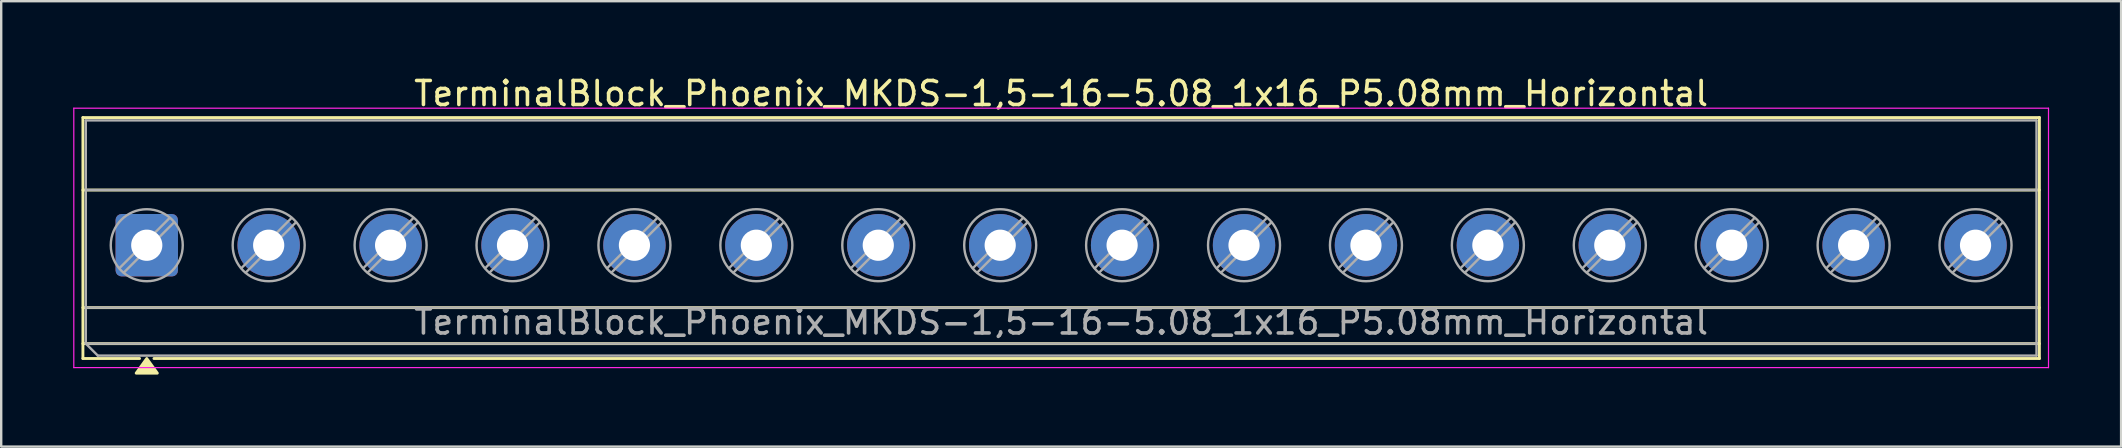
<source format=kicad_pcb>
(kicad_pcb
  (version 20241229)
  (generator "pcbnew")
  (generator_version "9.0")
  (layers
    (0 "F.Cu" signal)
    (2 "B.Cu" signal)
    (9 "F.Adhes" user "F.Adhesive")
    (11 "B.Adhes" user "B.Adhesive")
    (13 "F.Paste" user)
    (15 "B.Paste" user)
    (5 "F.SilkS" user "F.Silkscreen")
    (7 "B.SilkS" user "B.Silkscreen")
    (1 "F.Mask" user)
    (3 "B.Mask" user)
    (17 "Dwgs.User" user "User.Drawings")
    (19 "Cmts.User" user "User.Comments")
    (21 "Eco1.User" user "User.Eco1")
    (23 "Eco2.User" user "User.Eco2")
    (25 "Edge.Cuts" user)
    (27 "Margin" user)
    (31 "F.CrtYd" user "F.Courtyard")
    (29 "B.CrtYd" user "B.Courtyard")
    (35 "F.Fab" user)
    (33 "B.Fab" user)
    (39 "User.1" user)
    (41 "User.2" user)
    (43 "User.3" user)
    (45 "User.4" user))
  (footprint "TerminalBlock_Phoenix_MKDS-1,5-16-5.08_1x16_P5.08mm_Horizontal"
    (layer "F.Cu")
    (at 3.065 7.168)
    (property "Reference" "TerminalBlock_Phoenix_MKDS-1,5-16-5.08_1x16_P5.08mm_Horizontal" (at 38.1 -6.32 0) (layer "F.SilkS") (effects (font (size 1 1) (thickness 0.15))))
    (attr through_hole)
    (fp_line (start -2.66 -5.32) (end 78.86 -5.32) (stroke (width 0.12) (type solid)) (layer "F.SilkS"))
    (fp_line (start -2.66 -2.3) (end 78.86 -2.3) (stroke (width 0.12) (type solid)) (layer "F.SilkS"))
    (fp_line (start -2.66 2.6) (end 78.86 2.6) (stroke (width 0.12) (type solid)) (layer "F.SilkS"))
    (fp_line (start -2.66 4.1) (end 78.86 4.1) (stroke (width 0.12) (type solid)) (layer "F.SilkS"))
    (fp_line (start -2.66 4.72) (end -2.66 -5.32) (stroke (width 0.12) (type solid)) (layer "F.SilkS"))
    (fp_line (start -0.3 4.72) (end -2.66 4.72) (stroke (width 0.12) (type solid)) (layer "F.SilkS"))
    (fp_line (start 78.86 -5.32) (end 78.86 4.72) (stroke (width 0.12) (type solid)) (layer "F.SilkS"))
    (fp_line (start 78.86 4.72) (end 0.3 4.72) (stroke (width 0.12) (type solid)) (layer "F.SilkS"))
    (fp_poly (pts (xy 0 4.72) (xy 0.44 5.33) (xy -0.44 5.33)) (stroke (width 0.12) (type solid)) (fill yes) (layer "F.SilkS"))
    (fp_line (start -3.04 -5.71) (end -3.04 5.1) (stroke (width 0.05) (type solid)) (layer "F.CrtYd"))
    (fp_line (start -3.04 5.1) (end 79.24 5.1) (stroke (width 0.05) (type solid)) (layer "F.CrtYd"))
    (fp_line (start 79.24 -5.71) (end -3.04 -5.71) (stroke (width 0.05) (type solid)) (layer "F.CrtYd"))
    (fp_line (start 79.24 5.1) (end 79.24 -5.71) (stroke (width 0.05) (type solid)) (layer "F.CrtYd"))
    (fp_line (start -2.54 -5.2) (end 78.74 -5.2) (stroke (width 0.1) (type solid)) (layer "F.Fab"))
    (fp_line (start -2.54 -2.3) (end 78.74 -2.3) (stroke (width 0.1) (type solid)) (layer "F.Fab"))
    (fp_line (start -2.54 2.6) (end 78.74 2.6) (stroke (width 0.1) (type solid)) (layer "F.Fab"))
    (fp_line (start -2.54 4.1) (end -2.54 -5.2) (stroke (width 0.1) (type solid)) (layer "F.Fab"))
    (fp_line (start -2.54 4.1) (end 78.74 4.1) (stroke (width 0.1) (type solid)) (layer "F.Fab"))
    (fp_line (start -2.04 4.6) (end -2.54 4.1) (stroke (width 0.1) (type solid)) (layer "F.Fab"))
    (fp_line (start 0.955 -1.138) (end -1.138 0.955) (stroke (width 0.1) (type solid)) (layer "F.Fab"))
    (fp_line (start 1.138 -0.955) (end -0.955 1.138) (stroke (width 0.1) (type solid)) (layer "F.Fab"))
    (fp_line (start 6.035 -1.138) (end 3.942 0.955) (stroke (width 0.1) (type solid)) (layer "F.Fab"))
    (fp_line (start 6.218 -0.955) (end 4.125 1.138) (stroke (width 0.1) (type solid)) (layer "F.Fab"))
    (fp_line (start 11.115 -1.138) (end 9.022 0.955) (stroke (width 0.1) (type solid)) (layer "F.Fab"))
    (fp_line (start 11.298 -0.955) (end 9.205 1.138) (stroke (width 0.1) (type solid)) (layer "F.Fab"))
    (fp_line (start 16.195 -1.138) (end 14.102 0.955) (stroke (width 0.1) (type solid)) (layer "F.Fab"))
    (fp_line (start 16.378 -0.955) (end 14.285 1.138) (stroke (width 0.1) (type solid)) (layer "F.Fab"))
    (fp_line (start 21.275 -1.138) (end 19.182 0.955) (stroke (width 0.1) (type solid)) (layer "F.Fab"))
    (fp_line (start 21.458 -0.955) (end 19.365 1.138) (stroke (width 0.1) (type solid)) (layer "F.Fab"))
    (fp_line (start 26.355 -1.138) (end 24.262 0.955) (stroke (width 0.1) (type solid)) (layer "F.Fab"))
    (fp_line (start 26.538 -0.955) (end 24.445 1.138) (stroke (width 0.1) (type solid)) (layer "F.Fab"))
    (fp_line (start 31.435 -1.138) (end 29.342 0.955) (stroke (width 0.1) (type solid)) (layer "F.Fab"))
    (fp_line (start 31.618 -0.955) (end 29.525 1.138) (stroke (width 0.1) (type solid)) (layer "F.Fab"))
    (fp_line (start 36.515 -1.138) (end 34.422 0.955) (stroke (width 0.1) (type solid)) (layer "F.Fab"))
    (fp_line (start 36.698 -0.955) (end 34.605 1.138) (stroke (width 0.1) (type solid)) (layer "F.Fab"))
    (fp_line (start 41.595 -1.138) (end 39.502 0.955) (stroke (width 0.1) (type solid)) (layer "F.Fab"))
    (fp_line (start 41.778 -0.955) (end 39.685 1.138) (stroke (width 0.1) (type solid)) (layer "F.Fab"))
    (fp_line (start 46.675 -1.138) (end 44.582 0.955) (stroke (width 0.1) (type solid)) (layer "F.Fab"))
    (fp_line (start 46.858 -0.955) (end 44.765 1.138) (stroke (width 0.1) (type solid)) (layer "F.Fab"))
    (fp_line (start 51.755 -1.138) (end 49.662 0.955) (stroke (width 0.1) (type solid)) (layer "F.Fab"))
    (fp_line (start 51.938 -0.955) (end 49.845 1.138) (stroke (width 0.1) (type solid)) (layer "F.Fab"))
    (fp_line (start 56.835 -1.138) (end 54.742 0.955) (stroke (width 0.1) (type solid)) (layer "F.Fab"))
    (fp_line (start 57.018 -0.955) (end 54.925 1.138) (stroke (width 0.1) (type solid)) (layer "F.Fab"))
    (fp_line (start 61.915 -1.138) (end 59.822 0.955) (stroke (width 0.1) (type solid)) (layer "F.Fab"))
    (fp_line (start 62.098 -0.955) (end 60.005 1.138) (stroke (width 0.1) (type solid)) (layer "F.Fab"))
    (fp_line (start 66.995 -1.138) (end 64.902 0.955) (stroke (width 0.1) (type solid)) (layer "F.Fab"))
    (fp_line (start 67.178 -0.955) (end 65.085 1.138) (stroke (width 0.1) (type solid)) (layer "F.Fab"))
    (fp_line (start 72.075 -1.138) (end 69.982 0.955) (stroke (width 0.1) (type solid)) (layer "F.Fab"))
    (fp_line (start 72.258 -0.955) (end 70.165 1.138) (stroke (width 0.1) (type solid)) (layer "F.Fab"))
    (fp_line (start 77.155 -1.138) (end 75.062 0.955) (stroke (width 0.1) (type solid)) (layer "F.Fab"))
    (fp_line (start 77.338 -0.955) (end 75.245 1.138) (stroke (width 0.1) (type solid)) (layer "F.Fab"))
    (fp_line (start 78.74 -5.2) (end 78.74 4.6) (stroke (width 0.1) (type solid)) (layer "F.Fab"))
    (fp_line (start 78.74 4.6) (end -2.04 4.6) (stroke (width 0.1) (type solid)) (layer "F.Fab"))
    (fp_circle (center 0 0) (end 1.5 0) (stroke (width 0.1) (type solid)) (fill no) (layer "F.Fab"))
    (fp_circle (center 5.08 0) (end 6.58 0) (stroke (width 0.1) (type solid)) (fill no) (layer "F.Fab"))
    (fp_circle (center 10.16 0) (end 11.66 0) (stroke (width 0.1) (type solid)) (fill no) (layer "F.Fab"))
    (fp_circle (center 15.24 0) (end 16.74 0) (stroke (width 0.1) (type solid)) (fill no) (layer "F.Fab"))
    (fp_circle (center 20.32 0) (end 21.82 0) (stroke (width 0.1) (type solid)) (fill no) (layer "F.Fab"))
    (fp_circle (center 25.4 0) (end 26.9 0) (stroke (width 0.1) (type solid)) (fill no) (layer "F.Fab"))
    (fp_circle (center 30.48 0) (end 31.98 0) (stroke (width 0.1) (type solid)) (fill no) (layer "F.Fab"))
    (fp_circle (center 35.56 0) (end 37.06 0) (stroke (width 0.1) (type solid)) (fill no) (layer "F.Fab"))
    (fp_circle (center 40.64 0) (end 42.14 0) (stroke (width 0.1) (type solid)) (fill no) (layer "F.Fab"))
    (fp_circle (center 45.72 0) (end 47.22 0) (stroke (width 0.1) (type solid)) (fill no) (layer "F.Fab"))
    (fp_circle (center 50.8 0) (end 52.3 0) (stroke (width 0.1) (type solid)) (fill no) (layer "F.Fab"))
    (fp_circle (center 55.88 0) (end 57.38 0) (stroke (width 0.1) (type solid)) (fill no) (layer "F.Fab"))
    (fp_circle (center 60.96 0) (end 62.46 0) (stroke (width 0.1) (type solid)) (fill no) (layer "F.Fab"))
    (fp_circle (center 66.04 0) (end 67.54 0) (stroke (width 0.1) (type solid)) (fill no) (layer "F.Fab"))
    (fp_circle (center 71.12 0) (end 72.62 0) (stroke (width 0.1) (type solid)) (fill no) (layer "F.Fab"))
    (fp_circle (center 76.2 0) (end 77.7 0) (stroke (width 0.1) (type solid)) (fill no) (layer "F.Fab"))
    (fp_text user "${REFERENCE}" (at 38.1 3.2 0) (layer "F.Fab") (effects (font (size 1 1) (thickness 0.15))))
    (pad "1" thru_hole roundrect (at 0 0) (size 2.6 2.6) (drill 1.3) (layers "*.Cu" "*.Mask") (roundrect_rratio 0.096))
    (pad "2" thru_hole circle (at 5.08 0) (size 2.6 2.6) (drill 1.3) (layers "*.Cu" "*.Mask"))
    (pad "3" thru_hole circle (at 10.16 0) (size 2.6 2.6) (drill 1.3) (layers "*.Cu" "*.Mask"))
    (pad "4" thru_hole circle (at 15.24 0) (size 2.6 2.6) (drill 1.3) (layers "*.Cu" "*.Mask"))
    (pad "5" thru_hole circle (at 20.32 0) (size 2.6 2.6) (drill 1.3) (layers "*.Cu" "*.Mask"))
    (pad "6" thru_hole circle (at 25.4 0) (size 2.6 2.6) (drill 1.3) (layers "*.Cu" "*.Mask"))
    (pad "7" thru_hole circle (at 30.48 0) (size 2.6 2.6) (drill 1.3) (layers "*.Cu" "*.Mask"))
    (pad "8" thru_hole circle (at 35.56 0) (size 2.6 2.6) (drill 1.3) (layers "*.Cu" "*.Mask"))
    (pad "9" thru_hole circle (at 40.64 0) (size 2.6 2.6) (drill 1.3) (layers "*.Cu" "*.Mask"))
    (pad "10" thru_hole circle (at 45.72 0) (size 2.6 2.6) (drill 1.3) (layers "*.Cu" "*.Mask"))
    (pad "11" thru_hole circle (at 50.8 0) (size 2.6 2.6) (drill 1.3) (layers "*.Cu" "*.Mask"))
    (pad "12" thru_hole circle (at 55.88 0) (size 2.6 2.6) (drill 1.3) (layers "*.Cu" "*.Mask"))
    (pad "13" thru_hole circle (at 60.96 0) (size 2.6 2.6) (drill 1.3) (layers "*.Cu" "*.Mask"))
    (pad "14" thru_hole circle (at 66.04 0) (size 2.6 2.6) (drill 1.3) (layers "*.Cu" "*.Mask"))
    (pad "15" thru_hole circle (at 71.12 0) (size 2.6 2.6) (drill 1.3) (layers "*.Cu" "*.Mask"))
    (pad "16" thru_hole circle (at 76.2 0) (size 2.6 2.6) (drill 1.3) (layers "*.Cu" "*.Mask")))
  (gr_rect
    (start -3 -3)
    (end 85.33 15.558)
    (stroke (width 0.1) (type default))
    (fill no)
    (layer "Edge.Cuts")))
</source>
